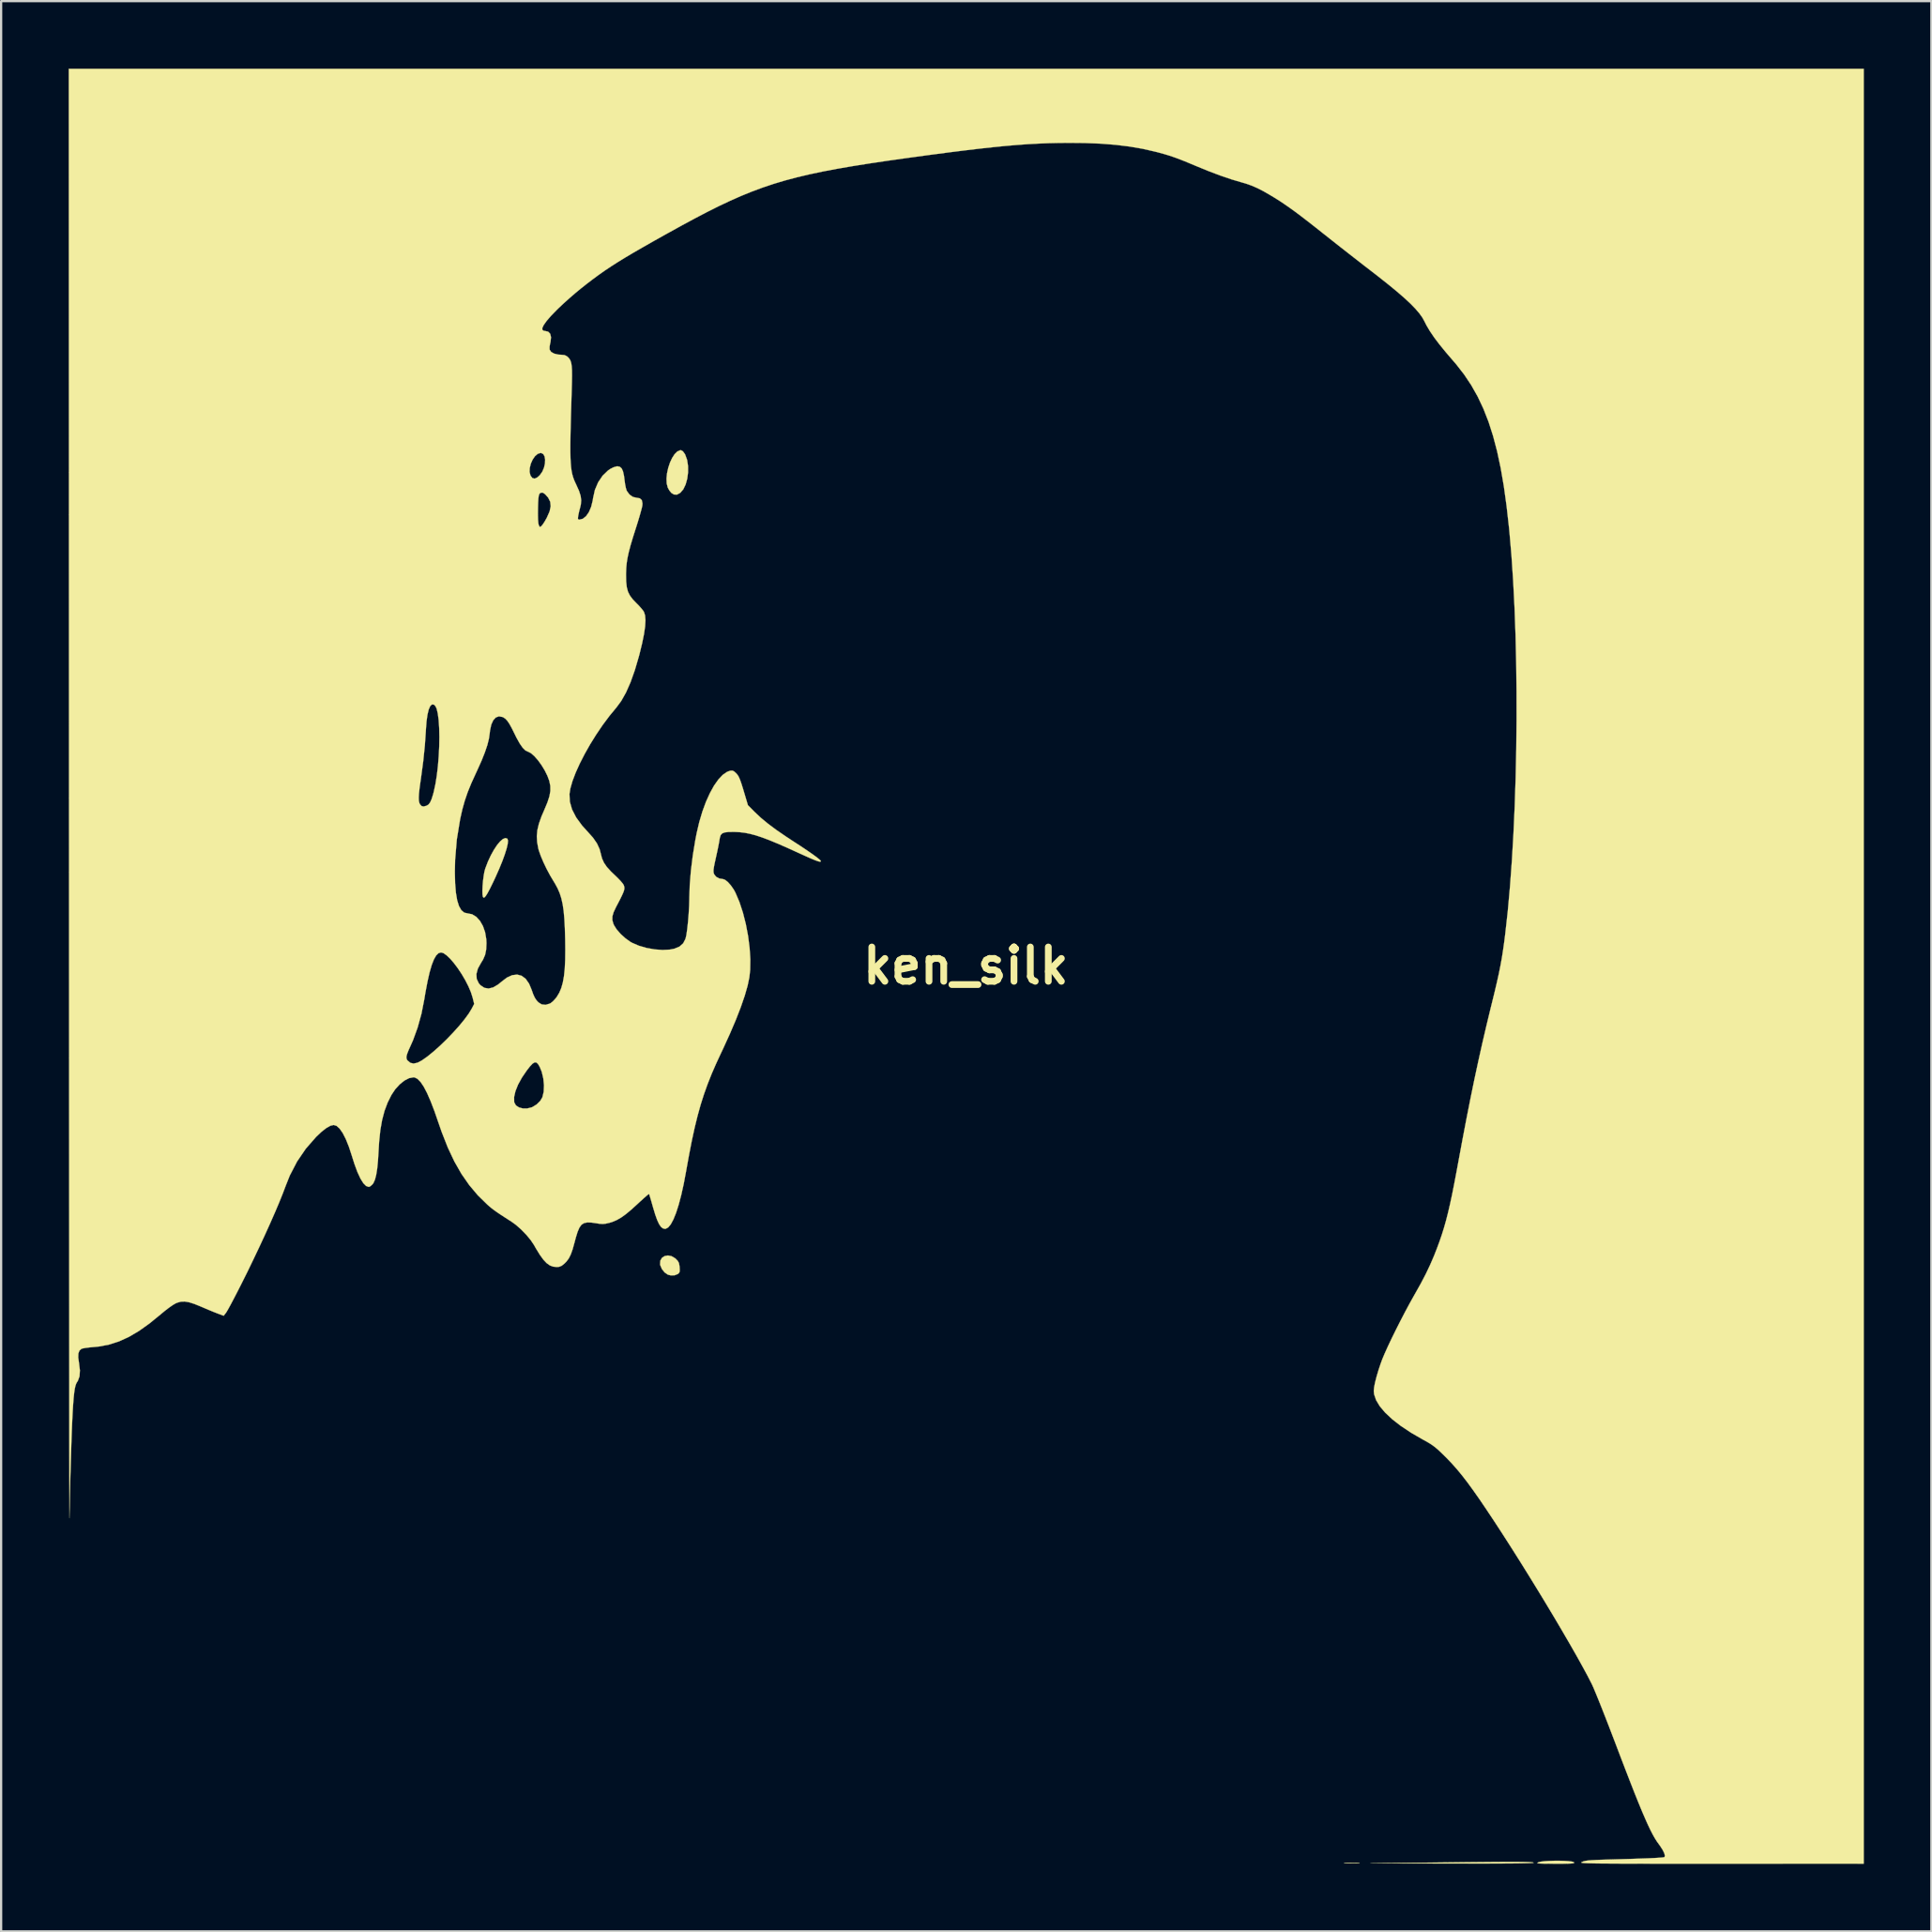
<source format=kicad_pcb>
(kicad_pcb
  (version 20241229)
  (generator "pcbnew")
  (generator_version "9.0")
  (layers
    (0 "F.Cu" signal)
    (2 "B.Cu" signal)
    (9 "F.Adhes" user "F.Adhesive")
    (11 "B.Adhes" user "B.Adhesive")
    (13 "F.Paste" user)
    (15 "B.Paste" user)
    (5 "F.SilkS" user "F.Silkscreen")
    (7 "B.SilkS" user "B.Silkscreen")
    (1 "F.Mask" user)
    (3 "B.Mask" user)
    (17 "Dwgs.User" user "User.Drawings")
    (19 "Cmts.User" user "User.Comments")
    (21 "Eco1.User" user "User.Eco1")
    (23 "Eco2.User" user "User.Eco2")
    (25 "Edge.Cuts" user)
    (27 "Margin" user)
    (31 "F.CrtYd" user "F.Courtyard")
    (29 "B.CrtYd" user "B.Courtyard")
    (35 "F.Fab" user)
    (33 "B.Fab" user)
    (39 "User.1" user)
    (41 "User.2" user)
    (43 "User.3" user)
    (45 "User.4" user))
  (footprint "ken_silk"
    (layer "F.Cu")
    (at 39.841 39.841)
    (property "Reference" "ken_silk" (at 0 0 0) (layer "F.SilkS") (effects (font (size 1.524 1.524) (thickness 0.3))))
    (attr through_hole)
    (fp_poly (pts (xy 17.297 39.842) (xy 17.431 39.847) (xy 17.494 39.852) (xy 17.48 39.856) (xy 17.394 39.859) (xy 17.243 39.861) (xy 17.145 39.861) (xy 16.964 39.86) (xy 16.845 39.858) (xy 16.794 39.854) (xy 16.817 39.849) (xy 16.859 39.847) (xy 17.068 39.841) (xy 17.297 39.842)) (stroke (width 0.01) (type solid)) (fill yes) (layer "F.SilkS"))
    (fp_poly (pts (xy -13.065 12.897) (xy -12.905 12.991) (xy -12.883 13.011) (xy -12.789 13.108) (xy -12.739 13.203) (xy -12.715 13.333) (xy -12.71 13.386) (xy -12.703 13.525) (xy -12.715 13.608) (xy -12.754 13.662) (xy -12.789 13.689) (xy -12.931 13.745) (xy -13.102 13.75) (xy -13.229 13.718) (xy -13.374 13.619) (xy -13.495 13.469) (xy -13.568 13.3) (xy -13.576 13.258) (xy -13.565 13.093) (xy -13.492 12.969) (xy -13.374 12.891) (xy -13.227 12.865) (xy -13.065 12.897)) (stroke (width 0.01) (type solid)) (fill yes) (layer "F.SilkS"))
    (fp_poly (pts (xy 26.575 39.752) (xy 26.767 39.764) (xy 26.914 39.782) (xy 26.998 39.806) (xy 27.009 39.815) (xy 27.018 39.836) (xy 27.001 39.852) (xy 26.946 39.863) (xy 26.845 39.87) (xy 26.687 39.875) (xy 26.464 39.876) (xy 26.178 39.876) (xy 25.885 39.875) (xy 25.668 39.873) (xy 25.519 39.869) (xy 25.428 39.863) (xy 25.387 39.853) (xy 25.388 39.839) (xy 25.421 39.82) (xy 25.437 39.813) (xy 25.539 39.787) (xy 25.699 39.767) (xy 25.9 39.754) (xy 26.124 39.747) (xy 26.355 39.746) (xy 26.575 39.752)) (stroke (width 0.01) (type solid)) (fill yes) (layer "F.SilkS"))
    (fp_poly (pts (xy -12.639 -22.894) (xy -12.559 -22.844) (xy -12.476 -22.729) (xy -12.46 -22.699) (xy -12.376 -22.465) (xy -12.335 -22.197) (xy -12.334 -21.913) (xy -12.37 -21.633) (xy -12.442 -21.375) (xy -12.546 -21.159) (xy -12.68 -21.004) (xy -12.683 -21.001) (xy -12.829 -20.924) (xy -12.966 -20.931) (xy -13.078 -21.003) (xy -13.163 -21.108) (xy -13.234 -21.234) (xy -13.234 -21.235) (xy -13.282 -21.421) (xy -13.291 -21.638) (xy -13.267 -21.874) (xy -13.214 -22.114) (xy -13.137 -22.345) (xy -13.041 -22.552) (xy -12.931 -22.722) (xy -12.812 -22.84) (xy -12.69 -22.894) (xy -12.639 -22.894)) (stroke (width 0.01) (type solid)) (fill yes) (layer "F.SilkS"))
    (fp_poly (pts (xy 24.614 39.797) (xy 24.806 39.8) (xy 24.957 39.804) (xy 25.069 39.809) (xy 25.148 39.816) (xy 25.197 39.824) (xy 25.218 39.831) (xy 25.202 39.839) (xy 25.122 39.847) (xy 24.975 39.853) (xy 24.76 39.858) (xy 24.473 39.863) (xy 24.114 39.866) (xy 23.68 39.868) (xy 23.168 39.87) (xy 22.577 39.87) (xy 21.904 39.869) (xy 21.632 39.869) (xy 17.971 39.862) (xy 20.278 39.833) (xy 21.042 39.824) (xy 21.725 39.816) (xy 22.332 39.809) (xy 22.868 39.804) (xy 23.335 39.8) (xy 23.74 39.797) (xy 24.084 39.796) (xy 24.374 39.796) (xy 24.614 39.797)) (stroke (width 0.01) (type solid)) (fill yes) (layer "F.SilkS"))
    (fp_poly (pts (xy -20.362 -5.646) (xy -20.356 -5.641) (xy -20.331 -5.56) (xy -20.344 -5.412) (xy -20.392 -5.205) (xy -20.474 -4.945) (xy -20.585 -4.64) (xy -20.725 -4.298) (xy -20.891 -3.925) (xy -20.995 -3.704) (xy -21.128 -3.432) (xy -21.234 -3.233) (xy -21.315 -3.103) (xy -21.375 -3.036) (xy -21.418 -3.026) (xy -21.446 -3.065) (xy -21.464 -3.169) (xy -21.468 -3.335) (xy -21.459 -3.541) (xy -21.44 -3.764) (xy -21.412 -3.984) (xy -21.378 -4.178) (xy -21.34 -4.318) (xy -21.224 -4.621) (xy -21.094 -4.901) (xy -20.956 -5.15) (xy -20.817 -5.36) (xy -20.682 -5.522) (xy -20.557 -5.629) (xy -20.448 -5.673) (xy -20.362 -5.646)) (stroke (width 0.01) (type solid)) (fill yes) (layer "F.SilkS"))
    (fp_poly (pts (xy 39.878 39.878) (xy 33.539 39.877) (xy 32.683 39.877) (xy 31.908 39.877) (xy 31.21 39.876) (xy 30.586 39.876) (xy 30.03 39.875) (xy 29.54 39.874) (xy 29.111 39.873) (xy 28.739 39.871) (xy 28.421 39.869) (xy 28.153 39.867) (xy 27.931 39.864) (xy 27.751 39.86) (xy 27.608 39.856) (xy 27.501 39.851) (xy 27.423 39.846) (xy 27.372 39.839) (xy 27.344 39.832) (xy 27.334 39.824) (xy 27.339 39.816) (xy 27.355 39.806) (xy 27.371 39.798) (xy 27.44 39.772) (xy 27.525 39.751) (xy 27.639 39.735) (xy 27.793 39.722) (xy 28 39.711) (xy 28.27 39.701) (xy 28.535 39.693) (xy 29.095 39.677) (xy 29.575 39.663) (xy 29.978 39.649) (xy 30.31 39.637) (xy 30.573 39.625) (xy 30.773 39.613) (xy 30.913 39.603) (xy 30.997 39.592) (xy 31.028 39.583) (xy 31.049 39.524) (xy 31.021 39.413) (xy 30.949 39.265) (xy 30.838 39.092) (xy 30.78 39.012) (xy 30.693 38.891) (xy 30.603 38.749) (xy 30.508 38.581) (xy 30.405 38.381) (xy 30.293 38.146) (xy 30.169 37.869) (xy 30.03 37.546) (xy 29.876 37.172) (xy 29.703 36.742) (xy 29.51 36.25) (xy 29.294 35.692) (xy 29.053 35.063) (xy 28.872 34.586) (xy 28.707 34.155) (xy 28.546 33.735) (xy 28.39 33.335) (xy 28.245 32.966) (xy 28.112 32.634) (xy 27.997 32.351) (xy 27.902 32.123) (xy 27.831 31.96) (xy 27.802 31.898) (xy 27.613 31.531) (xy 27.381 31.103) (xy 27.112 30.62) (xy 26.81 30.092) (xy 26.481 29.527) (xy 26.13 28.932) (xy 25.761 28.317) (xy 25.379 27.689) (xy 24.99 27.057) (xy 24.599 26.429) (xy 24.209 25.813) (xy 23.827 25.217) (xy 23.457 24.65) (xy 23.154 24.194) (xy 22.831 23.716) (xy 22.541 23.303) (xy 22.279 22.943) (xy 22.035 22.628) (xy 21.804 22.348) (xy 21.576 22.092) (xy 21.345 21.851) (xy 21.317 21.823) (xy 21.117 21.627) (xy 20.957 21.477) (xy 20.816 21.36) (xy 20.676 21.259) (xy 20.517 21.161) (xy 20.32 21.051) (xy 20.278 21.028) (xy 19.769 20.733) (xy 19.323 20.437) (xy 18.942 20.141) (xy 18.629 19.849) (xy 18.388 19.564) (xy 18.222 19.289) (xy 18.133 19.028) (xy 18.119 18.88) (xy 18.134 18.721) (xy 18.177 18.503) (xy 18.244 18.242) (xy 18.328 17.958) (xy 18.425 17.668) (xy 18.5 17.466) (xy 18.605 17.216) (xy 18.744 16.908) (xy 18.91 16.557) (xy 19.097 16.177) (xy 19.296 15.783) (xy 19.5 15.39) (xy 19.702 15.013) (xy 19.895 14.667) (xy 19.942 14.584) (xy 20.205 14.116) (xy 20.427 13.691) (xy 20.62 13.286) (xy 20.796 12.878) (xy 20.924 12.552) (xy 21.038 12.243) (xy 21.142 11.94) (xy 21.238 11.633) (xy 21.329 11.312) (xy 21.417 10.966) (xy 21.506 10.584) (xy 21.598 10.156) (xy 21.694 9.672) (xy 21.799 9.12) (xy 21.865 8.763) (xy 22.055 7.739) (xy 22.237 6.786) (xy 22.414 5.892) (xy 22.588 5.045) (xy 22.763 4.232) (xy 22.94 3.439) (xy 23.123 2.656) (xy 23.313 1.868) (xy 23.367 1.651) (xy 23.488 1.158) (xy 23.589 0.728) (xy 23.674 0.346) (xy 23.745 -0.007) (xy 23.807 -0.347) (xy 23.861 -0.692) (xy 23.913 -1.059) (xy 23.958 -1.418) (xy 24.07 -2.424) (xy 24.167 -3.503) (xy 24.251 -4.644) (xy 24.321 -5.836) (xy 24.377 -7.069) (xy 24.419 -8.331) (xy 24.447 -9.613) (xy 24.46 -10.902) (xy 24.459 -12.19) (xy 24.444 -13.464) (xy 24.414 -14.714) (xy 24.369 -15.929) (xy 24.309 -17.099) (xy 24.235 -18.212) (xy 24.145 -19.259) (xy 24.126 -19.452) (xy 24.018 -20.412) (xy 23.896 -21.294) (xy 23.756 -22.104) (xy 23.597 -22.848) (xy 23.417 -23.531) (xy 23.215 -24.161) (xy 22.987 -24.743) (xy 22.732 -25.282) (xy 22.449 -25.784) (xy 22.134 -26.256) (xy 21.787 -26.703) (xy 21.651 -26.861) (xy 21.314 -27.254) (xy 21.033 -27.599) (xy 20.801 -27.906) (xy 20.613 -28.183) (xy 20.461 -28.44) (xy 20.369 -28.621) (xy 20.273 -28.794) (xy 20.14 -28.979) (xy 19.966 -29.182) (xy 19.747 -29.407) (xy 19.478 -29.657) (xy 19.154 -29.938) (xy 18.771 -30.253) (xy 18.325 -30.607) (xy 17.992 -30.865) (xy 17.702 -31.088) (xy 17.367 -31.349) (xy 17.004 -31.632) (xy 16.633 -31.922) (xy 16.274 -32.205) (xy 15.947 -32.464) (xy 15.929 -32.478) (xy 15.525 -32.798) (xy 15.176 -33.071) (xy 14.873 -33.304) (xy 14.607 -33.503) (xy 14.367 -33.676) (xy 14.145 -33.83) (xy 13.931 -33.972) (xy 13.715 -34.108) (xy 13.579 -34.19) (xy 13.25 -34.382) (xy 12.965 -34.53) (xy 12.702 -34.645) (xy 12.439 -34.738) (xy 12.234 -34.797) (xy 11.798 -34.926) (xy 11.3 -35.096) (xy 10.752 -35.304) (xy 10.202 -35.529) (xy 9.849 -35.677) (xy 9.554 -35.796) (xy 9.298 -35.892) (xy 9.062 -35.973) (xy 8.826 -36.045) (xy 8.572 -36.115) (xy 8.424 -36.153) (xy 7.856 -36.283) (xy 7.269 -36.384) (xy 6.651 -36.46) (xy 5.988 -36.512) (xy 5.266 -36.54) (xy 4.614 -36.546) (xy 4.153 -36.543) (xy 3.698 -36.533) (xy 3.241 -36.515) (xy 2.774 -36.49) (xy 2.288 -36.455) (xy 1.772 -36.411) (xy 1.219 -36.356) (xy 0.62 -36.291) (xy -0.034 -36.213) (xy -0.753 -36.123) (xy -1.544 -36.019) (xy -1.672 -36.002) (xy -2.623 -35.872) (xy -3.497 -35.749) (xy -4.3 -35.629) (xy -5.04 -35.511) (xy -5.723 -35.393) (xy -6.357 -35.273) (xy -6.947 -35.148) (xy -7.503 -35.016) (xy -8.029 -34.876) (xy -8.534 -34.725) (xy -9.023 -34.561) (xy -9.505 -34.382) (xy -9.985 -34.186) (xy -10.471 -33.971) (xy -10.971 -33.735) (xy -11.49 -33.475) (xy -12.035 -33.19) (xy -12.614 -32.877) (xy -13.234 -32.535) (xy -13.314 -32.491) (xy -13.857 -32.187) (xy -14.333 -31.916) (xy -14.753 -31.674) (xy -15.124 -31.453) (xy -15.456 -31.25) (xy -15.757 -31.057) (xy -16.037 -30.87) (xy -16.304 -30.682) (xy -16.567 -30.488) (xy -16.835 -30.283) (xy -17.103 -30.071) (xy -17.344 -29.872) (xy -17.611 -29.641) (xy -17.875 -29.403) (xy -18.107 -29.184) (xy -18.166 -29.126) (xy -18.423 -28.861) (xy -18.616 -28.637) (xy -18.744 -28.457) (xy -18.807 -28.323) (xy -18.802 -28.236) (xy -18.731 -28.196) (xy -18.696 -28.194) (xy -18.549 -28.162) (xy -18.456 -28.067) (xy -18.42 -27.914) (xy -18.442 -27.705) (xy -18.461 -27.628) (xy -18.484 -27.494) (xy -18.483 -27.377) (xy -18.48 -27.361) (xy -18.415 -27.262) (xy -18.283 -27.188) (xy -18.101 -27.144) (xy -17.969 -27.136) (xy -17.825 -27.123) (xy -17.721 -27.075) (xy -17.653 -27.016) (xy -17.597 -26.949) (xy -17.553 -26.868) (xy -17.521 -26.764) (xy -17.501 -26.626) (xy -17.489 -26.442) (xy -17.487 -26.203) (xy -17.492 -25.898) (xy -17.5 -25.617) (xy -17.519 -24.977) (xy -17.536 -24.415) (xy -17.548 -23.925) (xy -17.557 -23.501) (xy -17.561 -23.136) (xy -17.561 -22.825) (xy -17.556 -22.56) (xy -17.545 -22.335) (xy -17.529 -22.145) (xy -17.507 -21.982) (xy -17.479 -21.841) (xy -17.445 -21.716) (xy -17.404 -21.599) (xy -17.356 -21.485) (xy -17.3 -21.367) (xy -17.296 -21.357) (xy -17.176 -21.09) (xy -17.105 -20.869) (xy -17.08 -20.673) (xy -17.096 -20.483) (xy -17.124 -20.362) (xy -17.167 -20.199) (xy -17.202 -20.04) (xy -17.215 -19.971) (xy -17.226 -19.866) (xy -17.208 -19.821) (xy -17.161 -19.812) (xy -17.005 -19.853) (xy -16.862 -19.969) (xy -16.737 -20.149) (xy -16.637 -20.384) (xy -16.567 -20.665) (xy -16.553 -20.765) (xy -16.471 -21.133) (xy -16.328 -21.47) (xy -16.131 -21.763) (xy -15.888 -21.997) (xy -15.795 -22.062) (xy -15.646 -22.138) (xy -15.506 -22.179) (xy -15.466 -22.183) (xy -15.361 -22.16) (xy -15.281 -22.087) (xy -15.222 -21.954) (xy -15.178 -21.752) (xy -15.155 -21.569) (xy -15.13 -21.387) (xy -15.097 -21.222) (xy -15.061 -21.106) (xy -15.053 -21.089) (xy -14.934 -20.928) (xy -14.782 -20.822) (xy -14.623 -20.786) (xy -14.475 -20.76) (xy -14.388 -20.678) (xy -14.359 -20.538) (xy -14.364 -20.448) (xy -14.384 -20.349) (xy -14.427 -20.185) (xy -14.487 -19.972) (xy -14.561 -19.725) (xy -14.644 -19.461) (xy -14.661 -19.409) (xy -14.789 -19.005) (xy -14.89 -18.665) (xy -14.966 -18.377) (xy -15.021 -18.124) (xy -15.058 -17.894) (xy -15.079 -17.671) (xy -15.088 -17.442) (xy -15.089 -17.378) (xy -15.083 -17.064) (xy -15.056 -16.816) (xy -15.002 -16.612) (xy -14.913 -16.436) (xy -14.784 -16.267) (xy -14.649 -16.127) (xy -14.513 -15.989) (xy -14.395 -15.855) (xy -14.312 -15.748) (xy -14.293 -15.716) (xy -14.243 -15.561) (xy -14.225 -15.347) (xy -14.241 -15.073) (xy -14.29 -14.734) (xy -14.373 -14.326) (xy -14.49 -13.846) (xy -14.52 -13.734) (xy -14.698 -13.127) (xy -14.888 -12.593) (xy -15.09 -12.136) (xy -15.303 -11.758) (xy -15.515 -11.472) (xy -15.822 -11.1) (xy -16.123 -10.697) (xy -16.411 -10.272) (xy -16.681 -9.838) (xy -16.927 -9.403) (xy -17.144 -8.979) (xy -17.326 -8.576) (xy -17.467 -8.205) (xy -17.561 -7.876) (xy -17.6 -7.632) (xy -17.586 -7.293) (xy -17.487 -6.945) (xy -17.304 -6.589) (xy -17.037 -6.224) (xy -16.803 -5.966) (xy -16.555 -5.689) (xy -16.378 -5.432) (xy -16.263 -5.181) (xy -16.213 -4.994) (xy -16.157 -4.774) (xy -16.07 -4.579) (xy -15.941 -4.39) (xy -15.757 -4.188) (xy -15.612 -4.049) (xy -15.461 -3.904) (xy -15.331 -3.768) (xy -15.237 -3.656) (xy -15.195 -3.591) (xy -15.17 -3.522) (xy -15.161 -3.453) (xy -15.171 -3.373) (xy -15.204 -3.27) (xy -15.265 -3.132) (xy -15.356 -2.946) (xy -15.483 -2.702) (xy -15.531 -2.612) (xy -15.639 -2.383) (xy -15.694 -2.197) (xy -15.697 -2.032) (xy -15.652 -1.868) (xy -15.621 -1.799) (xy -15.502 -1.612) (xy -15.328 -1.414) (xy -15.122 -1.226) (xy -14.907 -1.071) (xy -14.828 -1.025) (xy -14.524 -0.893) (xy -14.18 -0.793) (xy -13.82 -0.728) (xy -13.466 -0.703) (xy -13.143 -0.719) (xy -12.939 -0.76) (xy -12.713 -0.854) (xy -12.552 -0.997) (xy -12.449 -1.196) (xy -12.41 -1.355) (xy -12.371 -1.629) (xy -12.335 -1.959) (xy -12.306 -2.314) (xy -12.286 -2.664) (xy -12.277 -2.981) (xy -12.277 -3.027) (xy -12.258 -3.6) (xy -12.207 -4.229) (xy -12.125 -4.891) (xy -12.015 -5.563) (xy -11.953 -5.884) (xy -11.836 -6.384) (xy -11.697 -6.852) (xy -11.539 -7.282) (xy -11.365 -7.666) (xy -11.181 -7.999) (xy -10.989 -8.272) (xy -10.793 -8.48) (xy -10.597 -8.615) (xy -10.461 -8.663) (xy -10.368 -8.669) (xy -10.289 -8.634) (xy -10.192 -8.546) (xy -10.133 -8.475) (xy -10.079 -8.385) (xy -10.025 -8.261) (xy -9.964 -8.089) (xy -9.89 -7.853) (xy -9.865 -7.768) (xy -9.676 -7.133) (xy -9.357 -6.812) (xy -9.094 -6.566) (xy -8.78 -6.307) (xy -8.407 -6.029) (xy -7.967 -5.728) (xy -7.684 -5.542) (xy -7.348 -5.324) (xy -7.057 -5.129) (xy -6.815 -4.962) (xy -6.629 -4.826) (xy -6.502 -4.725) (xy -6.44 -4.663) (xy -6.435 -4.65) (xy -6.448 -4.627) (xy -6.493 -4.625) (xy -6.576 -4.646) (xy -6.706 -4.694) (xy -6.889 -4.77) (xy -7.134 -4.879) (xy -7.447 -5.021) (xy -7.451 -5.023) (xy -7.94 -5.245) (xy -8.364 -5.43) (xy -8.731 -5.582) (xy -9.052 -5.702) (xy -9.335 -5.795) (xy -9.589 -5.862) (xy -9.824 -5.908) (xy -10.049 -5.934) (xy -10.274 -5.945) (xy -10.314 -5.945) (xy -10.548 -5.941) (xy -10.712 -5.921) (xy -10.82 -5.877) (xy -10.886 -5.802) (xy -10.923 -5.686) (xy -10.938 -5.597) (xy -10.957 -5.482) (xy -10.991 -5.306) (xy -11.035 -5.092) (xy -11.086 -4.859) (xy -11.099 -4.8) (xy -11.152 -4.559) (xy -11.186 -4.385) (xy -11.203 -4.262) (xy -11.204 -4.175) (xy -11.192 -4.109) (xy -11.179 -4.072) (xy -11.088 -3.954) (xy -10.942 -3.876) (xy -10.789 -3.852) (xy -10.687 -3.816) (xy -10.563 -3.717) (xy -10.433 -3.57) (xy -10.308 -3.39) (xy -10.23 -3.248) (xy -10.052 -2.831) (xy -9.897 -2.359) (xy -9.768 -1.85) (xy -9.668 -1.323) (xy -9.601 -0.798) (xy -9.569 -0.292) (xy -9.576 0.176) (xy -9.611 0.508) (xy -9.69 0.886) (xy -9.817 1.329) (xy -9.991 1.834) (xy -10.21 2.397) (xy -10.474 3.016) (xy -10.78 3.687) (xy -10.858 3.851) (xy -11.085 4.339) (xy -11.287 4.803) (xy -11.467 5.257) (xy -11.629 5.71) (xy -11.777 6.176) (xy -11.913 6.667) (xy -12.042 7.193) (xy -12.167 7.768) (xy -12.291 8.402) (xy -12.419 9.109) (xy -12.425 9.144) (xy -12.528 9.692) (xy -12.637 10.182) (xy -12.75 10.609) (xy -12.865 10.97) (xy -12.983 11.261) (xy -13.1 11.479) (xy -13.216 11.62) (xy -13.33 11.682) (xy -13.356 11.684) (xy -13.449 11.663) (xy -13.536 11.596) (xy -13.619 11.476) (xy -13.704 11.295) (xy -13.793 11.047) (xy -13.89 10.723) (xy -13.91 10.653) (xy -13.965 10.459) (xy -14.013 10.297) (xy -14.048 10.183) (xy -14.067 10.134) (xy -14.068 10.133) (xy -14.103 10.154) (xy -14.188 10.225) (xy -14.313 10.335) (xy -14.467 10.475) (xy -14.567 10.568) (xy -14.851 10.826) (xy -15.093 11.028) (xy -15.306 11.181) (xy -15.502 11.293) (xy -15.693 11.374) (xy -15.816 11.412) (xy -15.987 11.452) (xy -16.126 11.466) (xy -16.275 11.456) (xy -16.389 11.438) (xy -16.623 11.404) (xy -16.808 11.398) (xy -16.952 11.427) (xy -17.066 11.501) (xy -17.159 11.628) (xy -17.24 11.816) (xy -17.319 12.073) (xy -17.379 12.298) (xy -17.46 12.59) (xy -17.54 12.815) (xy -17.626 12.988) (xy -17.728 13.128) (xy -17.825 13.226) (xy -17.947 13.323) (xy -18.056 13.368) (xy -18.168 13.377) (xy -18.327 13.361) (xy -18.473 13.306) (xy -18.615 13.205) (xy -18.76 13.051) (xy -18.916 12.836) (xy -19.09 12.553) (xy -19.177 12.399) (xy -19.323 12.181) (xy -19.521 11.943) (xy -19.747 11.71) (xy -19.981 11.504) (xy -20.172 11.366) (xy -20.445 11.191) (xy -20.66 11.051) (xy -20.829 10.937) (xy -20.966 10.839) (xy -21.083 10.748) (xy -21.194 10.654) (xy -21.251 10.603) (xy -21.67 10.193) (xy -22.05 9.742) (xy -22.397 9.243) (xy -22.714 8.687) (xy -23.006 8.067) (xy -23.278 7.375) (xy -23.414 6.982) (xy -23.595 6.459) (xy -23.765 6.017) (xy -23.849 5.826) (xy -20.059 5.826) (xy -20.056 6.042) (xy -20.049 6.074) (xy -19.977 6.2) (xy -19.846 6.288) (xy -19.673 6.336) (xy -19.479 6.337) (xy -19.28 6.287) (xy -19.241 6.27) (xy -19.054 6.154) (xy -18.9 6.001) (xy -18.803 5.839) (xy -18.745 5.595) (xy -18.732 5.307) (xy -18.762 5.004) (xy -18.831 4.712) (xy -18.919 4.495) (xy -18.995 4.365) (xy -19.068 4.295) (xy -19.147 4.289) (xy -19.241 4.348) (xy -19.36 4.475) (xy -19.494 4.647) (xy -19.714 4.969) (xy -19.884 5.279) (xy -20 5.568) (xy -20.059 5.826) (xy -23.849 5.826) (xy -23.923 5.655) (xy -24.072 5.37) (xy -24.213 5.161) (xy -24.346 5.025) (xy -24.473 4.96) (xy -24.527 4.953) (xy -24.723 4.991) (xy -24.932 5.099) (xy -25.141 5.267) (xy -25.337 5.482) (xy -25.506 5.735) (xy -25.507 5.737) (xy -25.678 6.079) (xy -25.815 6.445) (xy -25.921 6.847) (xy -26 7.297) (xy -26.053 7.808) (xy -26.078 8.213) (xy -26.104 8.648) (xy -26.139 9.005) (xy -26.184 9.287) (xy -26.24 9.501) (xy -26.308 9.652) (xy -26.353 9.712) (xy -26.437 9.786) (xy -26.508 9.821) (xy -26.514 9.821) (xy -26.632 9.779) (xy -26.756 9.654) (xy -26.884 9.448) (xy -27.017 9.162) (xy -27.152 8.797) (xy -27.263 8.445) (xy -27.396 8.038) (xy -27.533 7.697) (xy -27.672 7.426) (xy -27.81 7.229) (xy -27.945 7.109) (xy -28.072 7.07) (xy -28.22 7.105) (xy -28.405 7.21) (xy -28.621 7.38) (xy -28.849 7.596) (xy -29.309 8.122) (xy -29.698 8.693) (xy -30.02 9.312) (xy -30.206 9.779) (xy -30.329 10.105) (xy -30.486 10.495) (xy -30.674 10.939) (xy -30.888 11.426) (xy -31.123 11.945) (xy -31.374 12.486) (xy -31.636 13.038) (xy -31.904 13.592) (xy -32.175 14.135) (xy -32.241 14.266) (xy -32.384 14.545) (xy -32.519 14.805) (xy -32.64 15.034) (xy -32.742 15.221) (xy -32.818 15.354) (xy -32.863 15.423) (xy -32.863 15.423) (xy -32.958 15.543) (xy -33.232 15.44) (xy -33.388 15.379) (xy -33.591 15.296) (xy -33.811 15.203) (xy -33.965 15.137) (xy -34.257 15.018) (xy -34.494 14.943) (xy -34.69 14.91) (xy -34.862 14.918) (xy -35.025 14.964) (xy -35.104 15) (xy -35.224 15.071) (xy -35.385 15.184) (xy -35.567 15.323) (xy -35.749 15.473) (xy -35.751 15.476) (xy -36.247 15.881) (xy -36.715 16.215) (xy -37.165 16.48) (xy -37.605 16.681) (xy -38.043 16.822) (xy -38.487 16.907) (xy -38.708 16.929) (xy -38.909 16.948) (xy -39.085 16.97) (xy -39.215 16.994) (xy -39.274 17.012) (xy -39.364 17.092) (xy -39.411 17.218) (xy -39.417 17.399) (xy -39.383 17.637) (xy -39.343 17.965) (xy -39.359 18.229) (xy -39.432 18.431) (xy -39.458 18.47) (xy -39.502 18.545) (xy -39.539 18.647) (xy -39.57 18.784) (xy -39.597 18.967) (xy -39.622 19.206) (xy -39.645 19.512) (xy -39.663 19.812) (xy -39.676 20.057) (xy -39.69 20.374) (xy -39.705 20.749) (xy -39.72 21.172) (xy -39.735 21.627) (xy -39.75 22.104) (xy -39.764 22.588) (xy -39.776 23.067) (xy -39.788 23.529) (xy -39.797 23.96) (xy -39.804 24.348) (xy -39.807 24.532) (xy -39.807 24.529) (xy -39.808 24.443) (xy -39.808 24.277) (xy -39.809 24.032) (xy -39.809 23.71) (xy -39.81 23.313) (xy -39.811 22.843) (xy -39.811 22.303) (xy -39.812 21.694) (xy -39.813 21.018) (xy -39.813 20.277) (xy -39.814 19.473) (xy -39.814 18.609) (xy -39.815 17.685) (xy -39.816 16.705) (xy -39.816 15.669) (xy -39.817 14.581) (xy -39.818 13.441) (xy -39.818 12.253) (xy -39.819 11.017) (xy -39.82 9.737) (xy -39.82 8.413) (xy -39.821 7.048) (xy -39.822 5.644) (xy -39.822 4.203) (xy -39.822 4.104) (xy -24.841 4.104) (xy -24.817 4.17) (xy -24.797 4.199) (xy -24.671 4.308) (xy -24.524 4.343) (xy -24.347 4.303) (xy -24.163 4.207) (xy -23.918 4.036) (xy -23.645 3.814) (xy -23.354 3.555) (xy -23.059 3.27) (xy -22.772 2.972) (xy -22.504 2.674) (xy -22.269 2.388) (xy -22.077 2.127) (xy -21.943 1.907) (xy -21.832 1.693) (xy -21.9 1.417) (xy -21.977 1.174) (xy -22.089 0.911) (xy -22.228 0.639) (xy -22.387 0.369) (xy -22.558 0.111) (xy -22.733 -0.122) (xy -22.905 -0.32) (xy -23.065 -0.471) (xy -23.207 -0.566) (xy -23.306 -0.593) (xy -23.416 -0.559) (xy -23.522 -0.455) (xy -23.623 -0.278) (xy -23.72 -0.028) (xy -23.815 0.299) (xy -23.907 0.705) (xy -23.999 1.193) (xy -24.046 1.479) (xy -24.173 2.126) (xy -24.343 2.741) (xy -24.548 3.305) (xy -24.638 3.509) (xy -24.74 3.735) (xy -24.806 3.901) (xy -24.839 4.019) (xy -24.841 4.104) (xy -39.822 4.104) (xy -39.823 2.727) (xy -39.823 1.218) (xy -39.824 -0.323) (xy -39.824 -1.893) (xy -39.825 -3.49) (xy -39.825 -4.163) (xy -22.691 -4.163) (xy -22.679 -3.666) (xy -22.645 -3.248) (xy -22.588 -2.91) (xy -22.507 -2.651) (xy -22.402 -2.468) (xy -22.273 -2.361) (xy -22.129 -2.328) (xy -21.925 -2.288) (xy -21.738 -2.174) (xy -21.576 -1.996) (xy -21.443 -1.764) (xy -21.347 -1.489) (xy -21.295 -1.18) (xy -21.287 -1.004) (xy -21.3 -0.719) (xy -21.347 -0.486) (xy -21.437 -0.277) (xy -21.524 -0.136) (xy -21.668 0.122) (xy -21.733 0.362) (xy -21.721 0.581) (xy -21.63 0.774) (xy -21.553 0.863) (xy -21.381 0.978) (xy -21.192 1.01) (xy -20.985 0.959) (xy -20.762 0.826) (xy -20.632 0.718) (xy -20.382 0.526) (xy -20.144 0.417) (xy -19.923 0.39) (xy -19.723 0.445) (xy -19.545 0.579) (xy -19.395 0.793) (xy -19.284 1.058) (xy -19.21 1.267) (xy -19.14 1.418) (xy -19.062 1.535) (xy -18.985 1.62) (xy -18.836 1.714) (xy -18.66 1.734) (xy -18.475 1.679) (xy -18.43 1.654) (xy -18.329 1.572) (xy -18.217 1.45) (xy -18.159 1.373) (xy -18.051 1.192) (xy -17.964 0.986) (xy -17.896 0.746) (xy -17.845 0.464) (xy -17.81 0.132) (xy -17.791 -0.26) (xy -17.786 -0.72) (xy -17.791 -1.174) (xy -17.805 -1.662) (xy -17.827 -2.077) (xy -17.858 -2.43) (xy -17.902 -2.731) (xy -17.961 -2.994) (xy -18.036 -3.228) (xy -18.13 -3.444) (xy -18.245 -3.655) (xy -18.299 -3.743) (xy -18.461 -4.015) (xy -18.618 -4.309) (xy -18.76 -4.606) (xy -18.877 -4.883) (xy -18.961 -5.121) (xy -18.984 -5.207) (xy -19.036 -5.491) (xy -19.051 -5.758) (xy -19.026 -6.025) (xy -18.958 -6.31) (xy -18.844 -6.631) (xy -18.718 -6.923) (xy -18.581 -7.251) (xy -18.491 -7.526) (xy -18.449 -7.766) (xy -18.451 -7.988) (xy -18.496 -8.209) (xy -18.579 -8.434) (xy -18.697 -8.674) (xy -18.84 -8.908) (xy -18.995 -9.122) (xy -19.151 -9.301) (xy -19.298 -9.433) (xy -19.424 -9.502) (xy -19.438 -9.505) (xy -19.554 -9.561) (xy -19.676 -9.68) (xy -19.808 -9.869) (xy -19.955 -10.132) (xy -20.031 -10.287) (xy -20.161 -10.549) (xy -20.269 -10.744) (xy -20.363 -10.882) (xy -20.452 -10.975) (xy -20.542 -11.035) (xy -20.571 -11.048) (xy -20.732 -11.078) (xy -20.871 -11.028) (xy -20.985 -10.905) (xy -21.073 -10.71) (xy -21.129 -10.449) (xy -21.142 -10.333) (xy -21.178 -10.083) (xy -21.248 -9.802) (xy -21.356 -9.482) (xy -21.503 -9.112) (xy -21.695 -8.685) (xy -21.757 -8.551) (xy -21.959 -8.109) (xy -22.121 -7.71) (xy -22.251 -7.329) (xy -22.36 -6.94) (xy -22.455 -6.517) (xy -22.457 -6.507) (xy -22.604 -5.607) (xy -22.679 -4.705) (xy -22.691 -4.163) (xy -39.825 -4.163) (xy -39.825 -5.112) (xy -39.826 -6.757) (xy -39.826 -7.271) (xy -39.826 -7.454) (xy -24.295 -7.454) (xy -24.287 -7.316) (xy -24.262 -7.217) (xy -24.233 -7.164) (xy -24.161 -7.09) (xy -24.072 -7.074) (xy -23.944 -7.11) (xy -23.861 -7.162) (xy -23.79 -7.254) (xy -23.724 -7.401) (xy -23.657 -7.614) (xy -23.627 -7.729) (xy -23.553 -8.07) (xy -23.491 -8.457) (xy -23.442 -8.873) (xy -23.407 -9.305) (xy -23.385 -9.739) (xy -23.378 -10.16) (xy -23.386 -10.555) (xy -23.409 -10.908) (xy -23.449 -11.206) (xy -23.5 -11.42) (xy -23.552 -11.527) (xy -23.617 -11.597) (xy -23.62 -11.598) (xy -23.708 -11.606) (xy -23.785 -11.533) (xy -23.852 -11.381) (xy -23.907 -11.153) (xy -23.949 -10.853) (xy -23.977 -10.482) (xy -23.979 -10.432) (xy -24.023 -9.788) (xy -24.096 -9.078) (xy -24.198 -8.313) (xy -24.213 -8.213) (xy -24.258 -7.892) (xy -24.285 -7.642) (xy -24.295 -7.454) (xy -39.826 -7.454) (xy -39.83 -20.035) (xy -19.003 -20.035) (xy -18.997 -19.813) (xy -18.983 -19.655) (xy -18.968 -19.584) (xy -18.931 -19.503) (xy -18.896 -19.492) (xy -18.841 -19.535) (xy -18.783 -19.606) (xy -18.703 -19.729) (xy -18.617 -19.88) (xy -18.601 -19.911) (xy -18.483 -20.179) (xy -18.434 -20.408) (xy -18.455 -20.607) (xy -18.544 -20.785) (xy -18.554 -20.799) (xy -18.684 -20.945) (xy -18.791 -21.014) (xy -18.881 -21.006) (xy -18.917 -20.979) (xy -18.946 -20.935) (xy -18.967 -20.861) (xy -18.982 -20.743) (xy -18.993 -20.568) (xy -19 -20.322) (xy -19 -20.308) (xy -19.003 -20.035) (xy -39.83 -20.035) (xy -39.83 -21.922) (xy -19.372 -21.922) (xy -19.329 -21.766) (xy -19.245 -21.66) (xy -19.144 -21.635) (xy -19.024 -21.691) (xy -18.912 -21.795) (xy -18.805 -21.948) (xy -18.731 -22.124) (xy -18.689 -22.306) (xy -18.681 -22.478) (xy -18.707 -22.624) (xy -18.767 -22.728) (xy -18.862 -22.774) (xy -18.88 -22.775) (xy -19.01 -22.736) (xy -19.132 -22.631) (xy -19.237 -22.478) (xy -19.318 -22.297) (xy -19.365 -22.105) (xy -19.372 -21.922) (xy -39.83 -21.922) (xy -39.836 -39.836) (xy 39.878 -39.836) (xy 39.878 39.878)) (stroke (width 0.01) (type solid)) (fill yes) (layer "F.SilkS")))
  (gr_rect
    (start -3 -3)
    (end 82.724 82.724)
    (stroke (width 0.1) (type default))
    (fill no)
    (layer "Edge.Cuts")))
</source>
